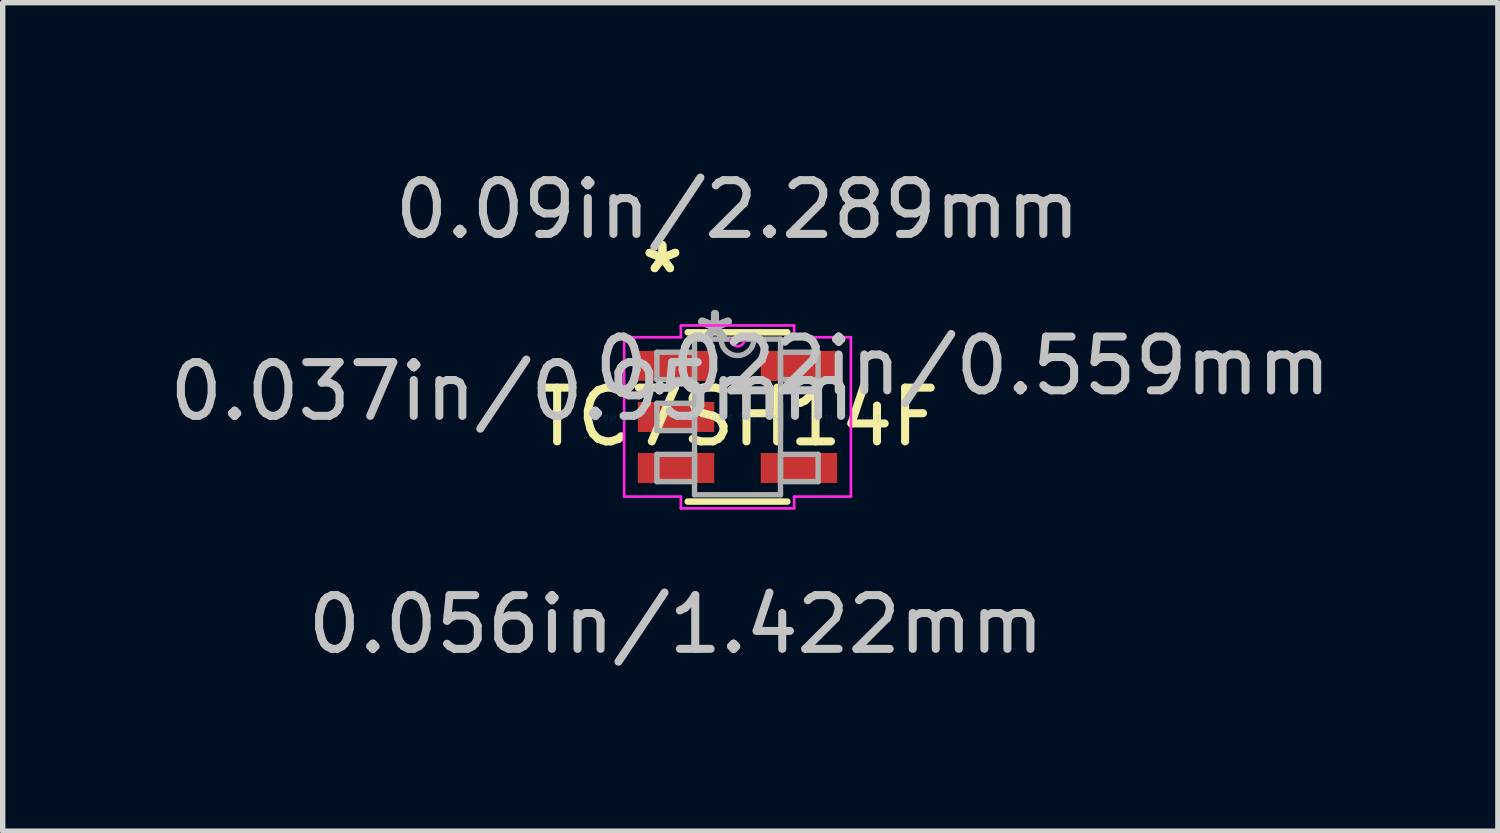
<source format=kicad_pcb>
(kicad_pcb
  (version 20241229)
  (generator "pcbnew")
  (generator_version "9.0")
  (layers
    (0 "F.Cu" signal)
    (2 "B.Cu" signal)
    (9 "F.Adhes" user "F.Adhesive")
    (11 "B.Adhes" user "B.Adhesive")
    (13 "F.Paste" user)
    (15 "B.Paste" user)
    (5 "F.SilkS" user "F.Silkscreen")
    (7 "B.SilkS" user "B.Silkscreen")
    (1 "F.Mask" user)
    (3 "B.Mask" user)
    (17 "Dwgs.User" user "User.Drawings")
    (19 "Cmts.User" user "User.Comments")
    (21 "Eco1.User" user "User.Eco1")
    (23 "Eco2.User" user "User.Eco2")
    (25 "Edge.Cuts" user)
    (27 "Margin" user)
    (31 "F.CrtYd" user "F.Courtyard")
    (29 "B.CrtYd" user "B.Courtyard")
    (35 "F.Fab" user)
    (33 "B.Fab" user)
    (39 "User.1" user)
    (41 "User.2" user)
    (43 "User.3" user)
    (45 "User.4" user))
  (footprint "TC7SH14F"
    (layer "F.Cu")
    (at 10.675 4.709)
    (property "Reference" "TC7SH14F" (at 0 0 0) (layer "F.SilkS") (effects (font (size 1 1) (thickness 0.15))))
    (attr through_hole)
    (fp_line (start -0.927 1.575) (end 0.927 1.575) (stroke (width 0.12) (type solid)) (layer "F.SilkS"))
    (fp_line (start 0.927 -1.575) (end -0.927 -1.575) (stroke (width 0.12) (type solid)) (layer "F.SilkS"))
    (fp_line (start -2.11 -1.483) (end -1.054 -1.483) (stroke (width 0.05) (type solid)) (layer "F.CrtYd"))
    (fp_line (start -2.11 1.483) (end -2.11 -1.483) (stroke (width 0.05) (type solid)) (layer "F.CrtYd"))
    (fp_line (start -1.054 -1.702) (end 1.054 -1.702) (stroke (width 0.05) (type solid)) (layer "F.CrtYd"))
    (fp_line (start -1.054 -1.483) (end -1.054 -1.702) (stroke (width 0.05) (type solid)) (layer "F.CrtYd"))
    (fp_line (start -1.054 1.483) (end -2.11 1.483) (stroke (width 0.05) (type solid)) (layer "F.CrtYd"))
    (fp_line (start -1.054 1.702) (end -1.054 1.483) (stroke (width 0.05) (type solid)) (layer "F.CrtYd"))
    (fp_line (start 1.054 -1.702) (end 1.054 -1.483) (stroke (width 0.05) (type solid)) (layer "F.CrtYd"))
    (fp_line (start 1.054 -1.483) (end 2.11 -1.483) (stroke (width 0.05) (type solid)) (layer "F.CrtYd"))
    (fp_line (start 1.054 1.483) (end 1.054 1.702) (stroke (width 0.05) (type solid)) (layer "F.CrtYd"))
    (fp_line (start 1.054 1.702) (end -1.054 1.702) (stroke (width 0.05) (type solid)) (layer "F.CrtYd"))
    (fp_line (start 2.11 -1.483) (end 2.11 1.483) (stroke (width 0.05) (type solid)) (layer "F.CrtYd"))
    (fp_line (start 2.11 1.483) (end 1.054 1.483) (stroke (width 0.05) (type solid)) (layer "F.CrtYd"))
    (fp_arc (start 0.13335 -1.4478) (mid 0 -1.31445) (end -0.13335 -1.4478) (stroke (width 0.05) (type solid)) (layer "F.CrtYd"))
    (fp_line (start -1.5 -1.204) (end -1.5 -0.696) (stroke (width 0.1) (type solid)) (layer "F.Fab"))
    (fp_line (start -1.5 -0.696) (end -0.8 -0.696) (stroke (width 0.1) (type solid)) (layer "F.Fab"))
    (fp_line (start -1.5 -0.254) (end -1.5 0.254) (stroke (width 0.1) (type solid)) (layer "F.Fab"))
    (fp_line (start -1.5 0.254) (end -0.8 0.254) (stroke (width 0.1) (type solid)) (layer "F.Fab"))
    (fp_line (start -1.5 0.696) (end -1.5 1.204) (stroke (width 0.1) (type solid)) (layer "F.Fab"))
    (fp_line (start -1.5 1.204) (end -0.8 1.204) (stroke (width 0.1) (type solid)) (layer "F.Fab"))
    (fp_line (start -0.8 -1.448) (end -0.8 1.448) (stroke (width 0.1) (type solid)) (layer "F.Fab"))
    (fp_line (start -0.8 -1.204) (end -1.5 -1.204) (stroke (width 0.1) (type solid)) (layer "F.Fab"))
    (fp_line (start -0.8 -0.696) (end -0.8 -1.204) (stroke (width 0.1) (type solid)) (layer "F.Fab"))
    (fp_line (start -0.8 -0.254) (end -1.5 -0.254) (stroke (width 0.1) (type solid)) (layer "F.Fab"))
    (fp_line (start -0.8 0.254) (end -0.8 -0.254) (stroke (width 0.1) (type solid)) (layer "F.Fab"))
    (fp_line (start -0.8 0.696) (end -1.5 0.696) (stroke (width 0.1) (type solid)) (layer "F.Fab"))
    (fp_line (start -0.8 1.204) (end -0.8 0.696) (stroke (width 0.1) (type solid)) (layer "F.Fab"))
    (fp_line (start -0.8 1.448) (end 0.8 1.448) (stroke (width 0.1) (type solid)) (layer "F.Fab"))
    (fp_line (start 0.8 -1.448) (end -0.8 -1.448) (stroke (width 0.1) (type solid)) (layer "F.Fab"))
    (fp_line (start 0.8 -1.204) (end 0.8 -0.696) (stroke (width 0.1) (type solid)) (layer "F.Fab"))
    (fp_line (start 0.8 -0.696) (end 1.5 -0.696) (stroke (width 0.1) (type solid)) (layer "F.Fab"))
    (fp_line (start 0.8 -0.254) (end 0.8 0.254) (stroke (width 0.1) (type solid)) (layer "F.Fab"))
    (fp_line (start 0.8 0.696) (end 0.8 1.204) (stroke (width 0.1) (type solid)) (layer "F.Fab"))
    (fp_line (start 0.8 1.204) (end 1.5 1.204) (stroke (width 0.1) (type solid)) (layer "F.Fab"))
    (fp_line (start 0.8 1.448) (end 0.8 -1.448) (stroke (width 0.1) (type solid)) (layer "F.Fab"))
    (fp_line (start 1.5 -1.204) (end 0.8 -1.204) (stroke (width 0.1) (type solid)) (layer "F.Fab"))
    (fp_line (start 1.5 -0.696) (end 1.5 -1.204) (stroke (width 0.1) (type solid)) (layer "F.Fab"))
    (fp_line (start 1.5 0.696) (end 0.8 0.696) (stroke (width 0.1) (type solid)) (layer "F.Fab"))
    (fp_line (start 1.5 1.204) (end 1.5 0.696) (stroke (width 0.1) (type solid)) (layer "F.Fab"))
    (fp_arc (start 0.3048 -1.4478) (mid 0 -1.143) (end -0.3048 -1.4478) (stroke (width 0.1) (type solid)) (layer "F.Fab"))
    (fp_text user "*" (at -1.398 -2.652 0) (layer "F.SilkS") (effects (font (size 1 1) (thickness 0.15))))
    (fp_text user "*" (at -1.398 -2.652 0) (layer "F.SilkS") (effects (font (size 1 1) (thickness 0.15))))
    (fp_text user "0.022in/0.559mm" (at 4.192 -0.95 0) (layer "Dwgs.User") (effects (font (size 1 1) (thickness 0.15))))
    (fp_text user "0.056in/1.422mm" (at -1.144 3.861 0) (layer "Dwgs.User") (effects (font (size 1 1) (thickness 0.15))))
    (fp_text user "0.037in/0.95mm" (at -4.192 -0.475 0) (layer "Dwgs.User") (effects (font (size 1 1) (thickness 0.15))))
    (fp_text user "0.09in/2.289mm" (at 0 -3.861 0) (layer "Dwgs.User") (effects (font (size 1 1) (thickness 0.15))))
    (fp_text user "Copyright 2021 Accelerated Designs. All rights reserved." (at 0 0 0) (layer "Cmts.User") (effects (font (size 0.127 0.127) (thickness 0.002))))
    (fp_text user "*" (at -0.419 -1.372 0) (layer "F.Fab") (effects (font (size 1 1) (thickness 0.15))))
    (fp_text user "*" (at -0.419 -1.372 0) (layer "F.Fab") (effects (font (size 1 1) (thickness 0.15))))
    (pad "1" smd rect (at -1.144 -0.95) (size 1.422 0.559) (layers "F.Cu" "F.Mask" "F.Paste"))
    (pad "2" smd rect (at -1.144 0) (size 1.422 0.559) (layers "F.Cu" "F.Mask" "F.Paste"))
    (pad "3" smd rect (at -1.144 0.95) (size 1.422 0.559) (layers "F.Cu" "F.Mask" "F.Paste"))
    (pad "4" smd rect (at 1.144 0.95) (size 1.422 0.559) (layers "F.Cu" "F.Mask" "F.Paste"))
    (pad "5" smd rect (at 1.144 -0.95) (size 1.422 0.559) (layers "F.Cu" "F.Mask" "F.Paste")))
  (gr_rect
    (start -3 -3)
    (end 24.825 12.418)
    (stroke (width 0.1) (type default))
    (fill no)
    (layer "Edge.Cuts")))
</source>
